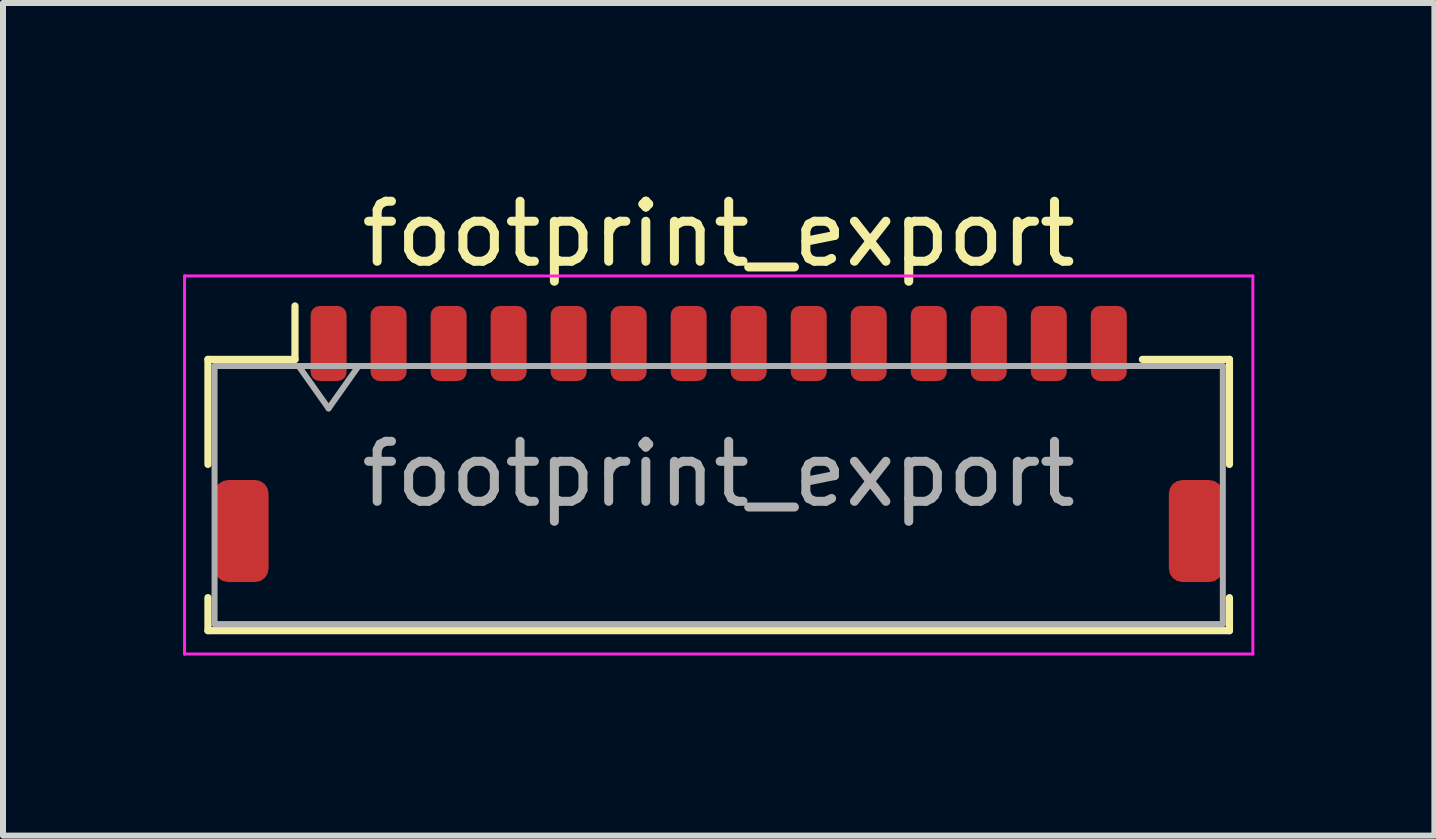
<source format=kicad_pcb>
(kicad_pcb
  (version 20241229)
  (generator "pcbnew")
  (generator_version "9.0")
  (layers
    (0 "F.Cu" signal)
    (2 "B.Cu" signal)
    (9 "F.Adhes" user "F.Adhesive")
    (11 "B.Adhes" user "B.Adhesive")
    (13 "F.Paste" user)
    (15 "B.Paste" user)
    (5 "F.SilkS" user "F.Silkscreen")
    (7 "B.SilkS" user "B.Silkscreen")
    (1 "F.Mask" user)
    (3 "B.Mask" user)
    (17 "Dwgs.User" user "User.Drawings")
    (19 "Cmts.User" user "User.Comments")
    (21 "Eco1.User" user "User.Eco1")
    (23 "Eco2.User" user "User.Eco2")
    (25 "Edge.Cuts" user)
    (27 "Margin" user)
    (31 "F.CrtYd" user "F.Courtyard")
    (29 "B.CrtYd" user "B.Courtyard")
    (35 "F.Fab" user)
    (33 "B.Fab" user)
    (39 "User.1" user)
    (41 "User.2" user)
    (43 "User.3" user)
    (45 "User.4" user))
  (footprint "footprint_export"
    (layer "F.Cu")
    (at 8.925 4.348)
    (property "Reference" "footprint_export" (at 0 -3.5 0) (layer "F.SilkS") (effects (font (size 1 1) (thickness 0.15))))
    (attr smd)
    (fp_line (start -8.51 -1.41) (end -7.06 -1.41) (stroke (width 0.12) (type solid)) (layer "F.SilkS"))
    (fp_line (start -8.51 0.34) (end -8.51 -1.41) (stroke (width 0.12) (type solid)) (layer "F.SilkS"))
    (fp_line (start -8.51 2.56) (end -8.51 3.11) (stroke (width 0.12) (type solid)) (layer "F.SilkS"))
    (fp_line (start -8.51 3.11) (end 8.51 3.11) (stroke (width 0.12) (type solid)) (layer "F.SilkS"))
    (fp_line (start -7.06 -1.41) (end -7.06 -2.3) (stroke (width 0.12) (type solid)) (layer "F.SilkS"))
    (fp_line (start 8.51 -1.41) (end 7.06 -1.41) (stroke (width 0.12) (type solid)) (layer "F.SilkS"))
    (fp_line (start 8.51 0.34) (end 8.51 -1.41) (stroke (width 0.12) (type solid)) (layer "F.SilkS"))
    (fp_line (start 8.51 3.11) (end 8.51 2.56) (stroke (width 0.12) (type solid)) (layer "F.SilkS"))
    (fp_line (start -8.9 -2.8) (end -8.9 3.5) (stroke (width 0.05) (type solid)) (layer "F.CrtYd"))
    (fp_line (start -8.9 3.5) (end 8.9 3.5) (stroke (width 0.05) (type solid)) (layer "F.CrtYd"))
    (fp_line (start 8.9 -2.8) (end -8.9 -2.8) (stroke (width 0.05) (type solid)) (layer "F.CrtYd"))
    (fp_line (start 8.9 3.5) (end 8.9 -2.8) (stroke (width 0.05) (type solid)) (layer "F.CrtYd"))
    (fp_line (start -8.4 -1.3) (end -8.4 3) (stroke (width 0.1) (type solid)) (layer "F.Fab"))
    (fp_line (start -8.4 -1.3) (end 8.4 -1.3) (stroke (width 0.1) (type solid)) (layer "F.Fab"))
    (fp_line (start -8.4 3) (end 8.4 3) (stroke (width 0.1) (type solid)) (layer "F.Fab"))
    (fp_line (start -7 -1.3) (end -6.5 -0.593) (stroke (width 0.1) (type solid)) (layer "F.Fab"))
    (fp_line (start -6.5 -0.593) (end -6 -1.3) (stroke (width 0.1) (type solid)) (layer "F.Fab"))
    (fp_line (start 8.4 -1.3) (end 8.4 3) (stroke (width 0.1) (type solid)) (layer "F.Fab"))
    (fp_text user "${REFERENCE}" (at 0 0.5 0) (layer "F.Fab") (effects (font (size 1 1) (thickness 0.15))))
    (pad "1" smd roundrect (at -6.5 -1.675) (size 0.6 1.25) (layers "F.Cu" "F.Mask" "F.Paste") (roundrect_rratio 0.25))
    (pad "2" smd roundrect (at -5.5 -1.675) (size 0.6 1.25) (layers "F.Cu" "F.Mask" "F.Paste") (roundrect_rratio 0.25))
    (pad "3" smd roundrect (at -4.5 -1.675) (size 0.6 1.25) (layers "F.Cu" "F.Mask" "F.Paste") (roundrect_rratio 0.25))
    (pad "4" smd roundrect (at -3.5 -1.675) (size 0.6 1.25) (layers "F.Cu" "F.Mask" "F.Paste") (roundrect_rratio 0.25))
    (pad "5" smd roundrect (at -2.5 -1.675) (size 0.6 1.25) (layers "F.Cu" "F.Mask" "F.Paste") (roundrect_rratio 0.25))
    (pad "6" smd roundrect (at -1.5 -1.675) (size 0.6 1.25) (layers "F.Cu" "F.Mask" "F.Paste") (roundrect_rratio 0.25))
    (pad "7" smd roundrect (at -0.5 -1.675) (size 0.6 1.25) (layers "F.Cu" "F.Mask" "F.Paste") (roundrect_rratio 0.25))
    (pad "8" smd roundrect (at 0.5 -1.675) (size 0.6 1.25) (layers "F.Cu" "F.Mask" "F.Paste") (roundrect_rratio 0.25))
    (pad "9" smd roundrect (at 1.5 -1.675) (size 0.6 1.25) (layers "F.Cu" "F.Mask" "F.Paste") (roundrect_rratio 0.25))
    (pad "10" smd roundrect (at 2.5 -1.675) (size 0.6 1.25) (layers "F.Cu" "F.Mask" "F.Paste") (roundrect_rratio 0.25))
    (pad "11" smd roundrect (at 3.5 -1.675) (size 0.6 1.25) (layers "F.Cu" "F.Mask" "F.Paste") (roundrect_rratio 0.25))
    (pad "12" smd roundrect (at 4.5 -1.675) (size 0.6 1.25) (layers "F.Cu" "F.Mask" "F.Paste") (roundrect_rratio 0.25))
    (pad "13" smd roundrect (at 5.5 -1.675) (size 0.6 1.25) (layers "F.Cu" "F.Mask" "F.Paste") (roundrect_rratio 0.25))
    (pad "14" smd roundrect (at 6.5 -1.675) (size 0.6 1.25) (layers "F.Cu" "F.Mask" "F.Paste") (roundrect_rratio 0.25))
    (pad "MP" smd roundrect (at -7.95 1.45) (size 0.9 1.7) (layers "F.Cu" "F.Mask" "F.Paste") (roundrect_rratio 0.25))
    (pad "MP" smd roundrect (at 7.95 1.45) (size 0.9 1.7) (layers "F.Cu" "F.Mask" "F.Paste") (roundrect_rratio 0.25)))
  (gr_rect
    (start -3 -3)
    (end 20.85 10.873)
    (stroke (width 0.1) (type default))
    (fill no)
    (layer "Edge.Cuts")))
</source>
